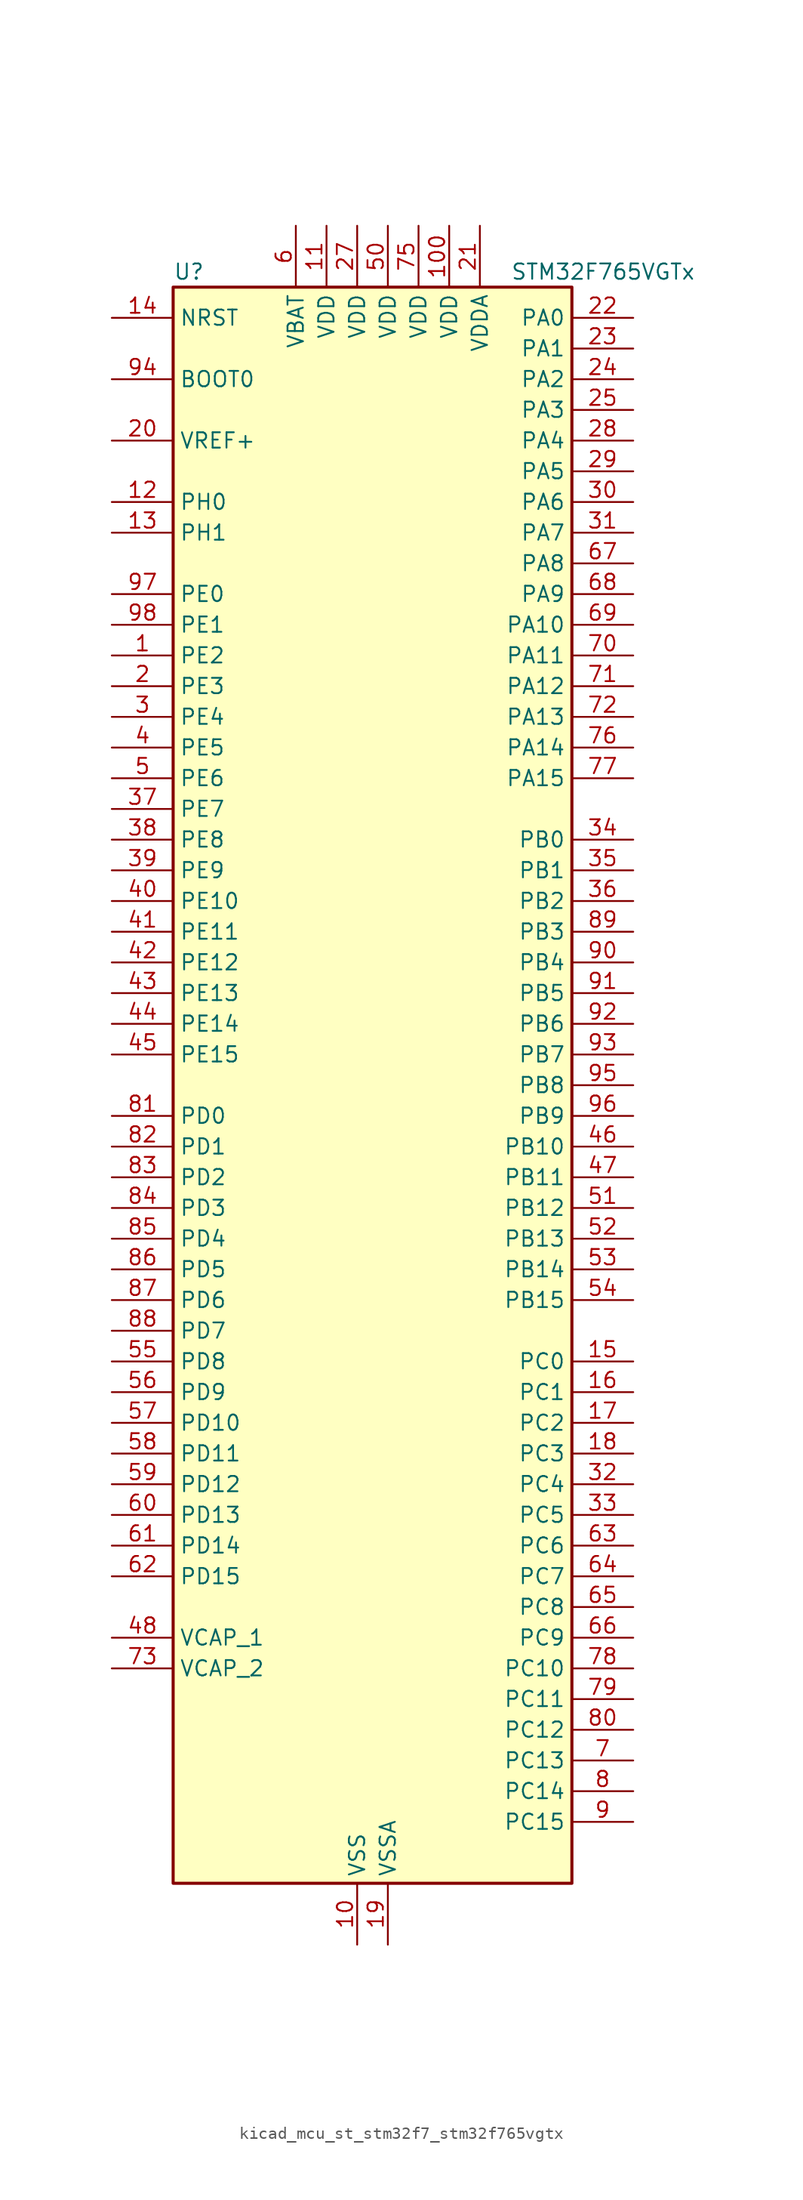
<source format=kicad_sym>
(kicad_symbol_lib
  (version 20220914)
  (generator kicad_symbol_editor)
  (symbol "kicad_mcu_st_stm32f7_stm32f765vgtx"
    (property "Reference" "U"
      (at -15.24 67.31 0)
      (effects (font (size 1.27 1.27)) (justify left)))
    (property "Value" "STM32F765VGTx"
      (at 12.7 67.31 0)
      (effects (font (size 1.27 1.27)) (justify left)))
    (property "ki_locked" ""
      (at 0 0 0)
      (effects (font (size 1.27 1.27))))
    (symbol "kicad_mcu_st_stm32f7_stm32f765vgtx_0_1"
      (rectangle (start -15.24 -66.04) (end 17.78 66.04) (stroke (width 0.254) (type default)) (fill (type background))))
    (symbol "kicad_mcu_st_stm32f7_stm32f765vgtx_1_1"
      (pin bidirectional line (at -20.32 35.56 0) (length 5.08) (name "PE2" (effects (font (size 1.27 1.27)))) (number "1" (effects (font (size 1.27 1.27)))) (alternate "ETH_TXD3" bidirectional line) (alternate "FMC_A23" bidirectional line) (alternate "QUADSPI_BK1_IO2" bidirectional line) (alternate "SAI1_MCLK_A" bidirectional line) (alternate "SPI4_SCK" bidirectional line) (alternate "SYS_TRACECLK" bidirectional line))
      (pin power_in line (at 0 -71.12 90) (length 5.08) (name "VSS" (effects (font (size 1.27 1.27)))) (number "10" (effects (font (size 1.27 1.27)))))
      (pin power_in line (at 7.62 71.12 270) (length 5.08) (name "VDD" (effects (font (size 1.27 1.27)))) (number "100" (effects (font (size 1.27 1.27)))))
      (pin power_in line (at -2.54 71.12 270) (length 5.08) (name "VDD" (effects (font (size 1.27 1.27)))) (number "11" (effects (font (size 1.27 1.27)))))
      (pin bidirectional line (at -20.32 48.26 0) (length 5.08) (name "PH0" (effects (font (size 1.27 1.27)))) (number "12" (effects (font (size 1.27 1.27)))) (alternate "RCC_OSC_IN" bidirectional line))
      (pin bidirectional line (at -20.32 45.72 0) (length 5.08) (name "PH1" (effects (font (size 1.27 1.27)))) (number "13" (effects (font (size 1.27 1.27)))) (alternate "RCC_OSC_OUT" bidirectional line))
      (pin input line (at -20.32 63.5 0) (length 5.08) (name "NRST" (effects (font (size 1.27 1.27)))) (number "14" (effects (font (size 1.27 1.27)))))
      (pin bidirectional line (at 22.86 -22.86 180) (length 5.08) (name "PC0" (effects (font (size 1.27 1.27)))) (number "15" (effects (font (size 1.27 1.27)))) (alternate "ADC1_IN10" bidirectional line) (alternate "ADC2_IN10" bidirectional line) (alternate "ADC3_IN10" bidirectional line) (alternate "DFSDM1_CKIN0" bidirectional line) (alternate "DFSDM1_DATIN4" bidirectional line) (alternate "FMC_SDNWE" bidirectional line) (alternate "SAI2_FS_B" bidirectional line) (alternate "USB_OTG_HS_ULPI_STP" bidirectional line))
      (pin bidirectional line (at 22.86 -25.4 180) (length 5.08) (name "PC1" (effects (font (size 1.27 1.27)))) (number "16" (effects (font (size 1.27 1.27)))) (alternate "ADC1_IN11" bidirectional line) (alternate "ADC2_IN11" bidirectional line) (alternate "ADC3_IN11" bidirectional line) (alternate "DFSDM1_CKIN4" bidirectional line) (alternate "DFSDM1_DATIN0" bidirectional line) (alternate "ETH_MDC" bidirectional line) (alternate "I2S2_SD" bidirectional line) (alternate "MDIOS_MDC" bidirectional line) (alternate "RTC_TAMP3" bidirectional line) (alternate "RTC_TS" bidirectional line) (alternate "SAI1_SD_A" bidirectional line) (alternate "SPI2_MOSI" bidirectional line) (alternate "SYS_TRACED0" bidirectional line) (alternate "SYS_WKUP3" bidirectional line))
      (pin bidirectional line (at 22.86 -27.94 180) (length 5.08) (name "PC2" (effects (font (size 1.27 1.27)))) (number "17" (effects (font (size 1.27 1.27)))) (alternate "ADC1_IN12" bidirectional line) (alternate "ADC2_IN12" bidirectional line) (alternate "ADC3_IN12" bidirectional line) (alternate "DFSDM1_CKIN1" bidirectional line) (alternate "DFSDM1_CKOUT" bidirectional line) (alternate "ETH_TXD2" bidirectional line) (alternate "FMC_SDNE0" bidirectional line) (alternate "SPI2_MISO" bidirectional line) (alternate "USB_OTG_HS_ULPI_DIR" bidirectional line))
      (pin bidirectional line (at 22.86 -30.48 180) (length 5.08) (name "PC3" (effects (font (size 1.27 1.27)))) (number "18" (effects (font (size 1.27 1.27)))) (alternate "ADC1_IN13" bidirectional line) (alternate "ADC2_IN13" bidirectional line) (alternate "ADC3_IN13" bidirectional line) (alternate "DFSDM1_DATIN1" bidirectional line) (alternate "ETH_TX_CLK" bidirectional line) (alternate "FMC_SDCKE0" bidirectional line) (alternate "I2S2_SD" bidirectional line) (alternate "SPI2_MOSI" bidirectional line) (alternate "USB_OTG_HS_ULPI_NXT" bidirectional line))
      (pin power_in line (at 2.54 -71.12 90) (length 5.08) (name "VSSA" (effects (font (size 1.27 1.27)))) (number "19" (effects (font (size 1.27 1.27)))))
      (pin bidirectional line (at -20.32 33.02 0) (length 5.08) (name "PE3" (effects (font (size 1.27 1.27)))) (number "2" (effects (font (size 1.27 1.27)))) (alternate "FMC_A19" bidirectional line) (alternate "SAI1_SD_B" bidirectional line) (alternate "SYS_TRACED0" bidirectional line))
      (pin input line (at -20.32 53.34 0) (length 5.08) (name "VREF+" (effects (font (size 1.27 1.27)))) (number "20" (effects (font (size 1.27 1.27)))))
      (pin power_in line (at 10.16 71.12 270) (length 5.08) (name "VDDA" (effects (font (size 1.27 1.27)))) (number "21" (effects (font (size 1.27 1.27)))))
      (pin bidirectional line (at 22.86 63.5 180) (length 5.08) (name "PA0" (effects (font (size 1.27 1.27)))) (number "22" (effects (font (size 1.27 1.27)))) (alternate "ADC1_IN0" bidirectional line) (alternate "ADC2_IN0" bidirectional line) (alternate "ADC3_IN0" bidirectional line) (alternate "ETH_CRS" bidirectional line) (alternate "SAI2_SD_B" bidirectional line) (alternate "SYS_WKUP1" bidirectional line) (alternate "TIM2_CH1" bidirectional line) (alternate "TIM2_ETR" bidirectional line) (alternate "TIM5_CH1" bidirectional line) (alternate "TIM8_ETR" bidirectional line) (alternate "UART4_TX" bidirectional line) (alternate "USART2_CTS" bidirectional line))
      (pin bidirectional line (at 22.86 60.96 180) (length 5.08) (name "PA1" (effects (font (size 1.27 1.27)))) (number "23" (effects (font (size 1.27 1.27)))) (alternate "ADC1_IN1" bidirectional line) (alternate "ADC2_IN1" bidirectional line) (alternate "ADC3_IN1" bidirectional line) (alternate "ETH_REF_CLK" bidirectional line) (alternate "ETH_RX_CLK" bidirectional line) (alternate "QUADSPI_BK1_IO3" bidirectional line) (alternate "SAI2_MCLK_B" bidirectional line) (alternate "TIM2_CH2" bidirectional line) (alternate "TIM5_CH2" bidirectional line) (alternate "UART4_RX" bidirectional line) (alternate "USART2_DE" bidirectional line) (alternate "USART2_RTS" bidirectional line))
      (pin bidirectional line (at 22.86 58.42 180) (length 5.08) (name "PA2" (effects (font (size 1.27 1.27)))) (number "24" (effects (font (size 1.27 1.27)))) (alternate "ADC1_IN2" bidirectional line) (alternate "ADC2_IN2" bidirectional line) (alternate "ADC3_IN2" bidirectional line) (alternate "ETH_MDIO" bidirectional line) (alternate "MDIOS_MDIO" bidirectional line) (alternate "SAI2_SCK_B" bidirectional line) (alternate "SYS_WKUP2" bidirectional line) (alternate "TIM2_CH3" bidirectional line) (alternate "TIM5_CH3" bidirectional line) (alternate "TIM9_CH1" bidirectional line) (alternate "USART2_TX" bidirectional line))
      (pin bidirectional line (at 22.86 55.88 180) (length 5.08) (name "PA3" (effects (font (size 1.27 1.27)))) (number "25" (effects (font (size 1.27 1.27)))) (alternate "ADC1_IN3" bidirectional line) (alternate "ADC2_IN3" bidirectional line) (alternate "ADC3_IN3" bidirectional line) (alternate "ETH_COL" bidirectional line) (alternate "TIM2_CH4" bidirectional line) (alternate "TIM5_CH4" bidirectional line) (alternate "TIM9_CH2" bidirectional line) (alternate "USART2_RX" bidirectional line) (alternate "USB_OTG_HS_ULPI_D0" bidirectional line))
      (pin passive line (at 0 -71.12 90) (length 5.08) hide (name "VSS" (effects (font (size 1.27 1.27)))) (number "26" (effects (font (size 1.27 1.27)))))
      (pin power_in line (at 0 71.12 270) (length 5.08) (name "VDD" (effects (font (size 1.27 1.27)))) (number "27" (effects (font (size 1.27 1.27)))))
      (pin bidirectional line (at 22.86 53.34 180) (length 5.08) (name "PA4" (effects (font (size 1.27 1.27)))) (number "28" (effects (font (size 1.27 1.27)))) (alternate "ADC1_IN4" bidirectional line) (alternate "ADC2_IN4" bidirectional line) (alternate "DAC_OUT1" bidirectional line) (alternate "DCMI_HSYNC" bidirectional line) (alternate "I2S1_WS" bidirectional line) (alternate "I2S3_WS" bidirectional line) (alternate "SPI1_NSS" bidirectional line) (alternate "SPI3_NSS" bidirectional line) (alternate "SPI6_NSS" bidirectional line) (alternate "USART2_CK" bidirectional line) (alternate "USB_OTG_HS_SOF" bidirectional line))
      (pin bidirectional line (at 22.86 50.8 180) (length 5.08) (name "PA5" (effects (font (size 1.27 1.27)))) (number "29" (effects (font (size 1.27 1.27)))) (alternate "ADC1_IN5" bidirectional line) (alternate "ADC2_IN5" bidirectional line) (alternate "DAC_OUT2" bidirectional line) (alternate "I2S1_CK" bidirectional line) (alternate "SPI1_SCK" bidirectional line) (alternate "SPI6_SCK" bidirectional line) (alternate "TIM2_CH1" bidirectional line) (alternate "TIM2_ETR" bidirectional line) (alternate "TIM8_CH1N" bidirectional line) (alternate "USB_OTG_HS_ULPI_CK" bidirectional line))
      (pin bidirectional line (at -20.32 30.48 0) (length 5.08) (name "PE4" (effects (font (size 1.27 1.27)))) (number "3" (effects (font (size 1.27 1.27)))) (alternate "DCMI_D4" bidirectional line) (alternate "DFSDM1_DATIN3" bidirectional line) (alternate "FMC_A20" bidirectional line) (alternate "SAI1_FS_A" bidirectional line) (alternate "SPI4_NSS" bidirectional line) (alternate "SYS_TRACED1" bidirectional line))
      (pin bidirectional line (at 22.86 48.26 180) (length 5.08) (name "PA6" (effects (font (size 1.27 1.27)))) (number "30" (effects (font (size 1.27 1.27)))) (alternate "ADC1_IN6" bidirectional line) (alternate "ADC2_IN6" bidirectional line) (alternate "DCMI_PIXCLK" bidirectional line) (alternate "MDIOS_MDC" bidirectional line) (alternate "SPI1_MISO" bidirectional line) (alternate "SPI6_MISO" bidirectional line) (alternate "TIM13_CH1" bidirectional line) (alternate "TIM1_BKIN" bidirectional line) (alternate "TIM3_CH1" bidirectional line) (alternate "TIM8_BKIN" bidirectional line))
      (pin bidirectional line (at 22.86 45.72 180) (length 5.08) (name "PA7" (effects (font (size 1.27 1.27)))) (number "31" (effects (font (size 1.27 1.27)))) (alternate "ADC1_IN7" bidirectional line) (alternate "ADC2_IN7" bidirectional line) (alternate "ETH_CRS_DV" bidirectional line) (alternate "ETH_RX_DV" bidirectional line) (alternate "FMC_SDNWE" bidirectional line) (alternate "I2S1_SD" bidirectional line) (alternate "SPI1_MOSI" bidirectional line) (alternate "SPI6_MOSI" bidirectional line) (alternate "TIM14_CH1" bidirectional line) (alternate "TIM1_CH1N" bidirectional line) (alternate "TIM3_CH2" bidirectional line) (alternate "TIM8_CH1N" bidirectional line))
      (pin bidirectional line (at 22.86 -33.02 180) (length 5.08) (name "PC4" (effects (font (size 1.27 1.27)))) (number "32" (effects (font (size 1.27 1.27)))) (alternate "ADC1_IN14" bidirectional line) (alternate "ADC2_IN14" bidirectional line) (alternate "DFSDM1_CKIN2" bidirectional line) (alternate "ETH_RXD0" bidirectional line) (alternate "FMC_SDNE0" bidirectional line) (alternate "I2S1_MCK" bidirectional line) (alternate "SPDIFRX_IN2" bidirectional line))
      (pin bidirectional line (at 22.86 -35.56 180) (length 5.08) (name "PC5" (effects (font (size 1.27 1.27)))) (number "33" (effects (font (size 1.27 1.27)))) (alternate "ADC1_IN15" bidirectional line) (alternate "ADC2_IN15" bidirectional line) (alternate "DFSDM1_DATIN2" bidirectional line) (alternate "ETH_RXD1" bidirectional line) (alternate "FMC_SDCKE0" bidirectional line) (alternate "SPDIFRX_IN3" bidirectional line))
      (pin bidirectional line (at 22.86 20.32 180) (length 5.08) (name "PB0" (effects (font (size 1.27 1.27)))) (number "34" (effects (font (size 1.27 1.27)))) (alternate "ADC1_IN8" bidirectional line) (alternate "ADC2_IN8" bidirectional line) (alternate "DFSDM1_CKOUT" bidirectional line) (alternate "ETH_RXD2" bidirectional line) (alternate "TIM1_CH2N" bidirectional line) (alternate "TIM3_CH3" bidirectional line) (alternate "TIM8_CH2N" bidirectional line) (alternate "UART4_CTS" bidirectional line) (alternate "USB_OTG_HS_ULPI_D1" bidirectional line))
      (pin bidirectional line (at 22.86 17.78 180) (length 5.08) (name "PB1" (effects (font (size 1.27 1.27)))) (number "35" (effects (font (size 1.27 1.27)))) (alternate "ADC1_IN9" bidirectional line) (alternate "ADC2_IN9" bidirectional line) (alternate "DFSDM1_DATIN1" bidirectional line) (alternate "ETH_RXD3" bidirectional line) (alternate "TIM1_CH3N" bidirectional line) (alternate "TIM3_CH4" bidirectional line) (alternate "TIM8_CH3N" bidirectional line) (alternate "USB_OTG_HS_ULPI_D2" bidirectional line))
      (pin bidirectional line (at 22.86 15.24 180) (length 5.08) (name "PB2" (effects (font (size 1.27 1.27)))) (number "36" (effects (font (size 1.27 1.27)))) (alternate "DFSDM1_CKIN1" bidirectional line) (alternate "I2S3_SD" bidirectional line) (alternate "QUADSPI_CLK" bidirectional line) (alternate "SAI1_SD_A" bidirectional line) (alternate "SPI3_MOSI" bidirectional line))
      (pin bidirectional line (at -20.32 22.86 0) (length 5.08) (name "PE7" (effects (font (size 1.27 1.27)))) (number "37" (effects (font (size 1.27 1.27)))) (alternate "DFSDM1_DATIN2" bidirectional line) (alternate "FMC_D4" bidirectional line) (alternate "FMC_DA4" bidirectional line) (alternate "QUADSPI_BK2_IO0" bidirectional line) (alternate "TIM1_ETR" bidirectional line) (alternate "UART7_RX" bidirectional line))
      (pin bidirectional line (at -20.32 20.32 0) (length 5.08) (name "PE8" (effects (font (size 1.27 1.27)))) (number "38" (effects (font (size 1.27 1.27)))) (alternate "DFSDM1_CKIN2" bidirectional line) (alternate "FMC_D5" bidirectional line) (alternate "FMC_DA5" bidirectional line) (alternate "QUADSPI_BK2_IO1" bidirectional line) (alternate "TIM1_CH1N" bidirectional line) (alternate "UART7_TX" bidirectional line))
      (pin bidirectional line (at -20.32 17.78 0) (length 5.08) (name "PE9" (effects (font (size 1.27 1.27)))) (number "39" (effects (font (size 1.27 1.27)))) (alternate "DAC_EXTI9" bidirectional line) (alternate "DFSDM1_CKOUT" bidirectional line) (alternate "FMC_D6" bidirectional line) (alternate "FMC_DA6" bidirectional line) (alternate "QUADSPI_BK2_IO2" bidirectional line) (alternate "TIM1_CH1" bidirectional line) (alternate "UART7_DE" bidirectional line) (alternate "UART7_RTS" bidirectional line))
      (pin bidirectional line (at -20.32 27.94 0) (length 5.08) (name "PE5" (effects (font (size 1.27 1.27)))) (number "4" (effects (font (size 1.27 1.27)))) (alternate "DCMI_D6" bidirectional line) (alternate "DFSDM1_CKIN3" bidirectional line) (alternate "FMC_A21" bidirectional line) (alternate "SAI1_SCK_A" bidirectional line) (alternate "SPI4_MISO" bidirectional line) (alternate "SYS_TRACED2" bidirectional line) (alternate "TIM9_CH1" bidirectional line))
      (pin bidirectional line (at -20.32 15.24 0) (length 5.08) (name "PE10" (effects (font (size 1.27 1.27)))) (number "40" (effects (font (size 1.27 1.27)))) (alternate "DFSDM1_DATIN4" bidirectional line) (alternate "FMC_D7" bidirectional line) (alternate "FMC_DA7" bidirectional line) (alternate "QUADSPI_BK2_IO3" bidirectional line) (alternate "TIM1_CH2N" bidirectional line) (alternate "UART7_CTS" bidirectional line))
      (pin bidirectional line (at -20.32 12.7 0) (length 5.08) (name "PE11" (effects (font (size 1.27 1.27)))) (number "41" (effects (font (size 1.27 1.27)))) (alternate "ADC1_EXTI11" bidirectional line) (alternate "ADC2_EXTI11" bidirectional line) (alternate "ADC3_EXTI11" bidirectional line) (alternate "DFSDM1_CKIN4" bidirectional line) (alternate "FMC_D8" bidirectional line) (alternate "FMC_DA8" bidirectional line) (alternate "SAI2_SD_B" bidirectional line) (alternate "SPI4_NSS" bidirectional line) (alternate "TIM1_CH2" bidirectional line))
      (pin bidirectional line (at -20.32 10.16 0) (length 5.08) (name "PE12" (effects (font (size 1.27 1.27)))) (number "42" (effects (font (size 1.27 1.27)))) (alternate "DFSDM1_DATIN5" bidirectional line) (alternate "FMC_D9" bidirectional line) (alternate "FMC_DA9" bidirectional line) (alternate "SAI2_SCK_B" bidirectional line) (alternate "SPI4_SCK" bidirectional line) (alternate "TIM1_CH3N" bidirectional line))
      (pin bidirectional line (at -20.32 7.62 0) (length 5.08) (name "PE13" (effects (font (size 1.27 1.27)))) (number "43" (effects (font (size 1.27 1.27)))) (alternate "DFSDM1_CKIN5" bidirectional line) (alternate "FMC_D10" bidirectional line) (alternate "FMC_DA10" bidirectional line) (alternate "SAI2_FS_B" bidirectional line) (alternate "SPI4_MISO" bidirectional line) (alternate "TIM1_CH3" bidirectional line))
      (pin bidirectional line (at -20.32 5.08 0) (length 5.08) (name "PE14" (effects (font (size 1.27 1.27)))) (number "44" (effects (font (size 1.27 1.27)))) (alternate "FMC_D11" bidirectional line) (alternate "FMC_DA11" bidirectional line) (alternate "SAI2_MCLK_B" bidirectional line) (alternate "SPI4_MOSI" bidirectional line) (alternate "TIM1_CH4" bidirectional line))
      (pin bidirectional line (at -20.32 2.54 0) (length 5.08) (name "PE15" (effects (font (size 1.27 1.27)))) (number "45" (effects (font (size 1.27 1.27)))) (alternate "FMC_D12" bidirectional line) (alternate "FMC_DA12" bidirectional line) (alternate "TIM1_BKIN" bidirectional line))
      (pin bidirectional line (at 22.86 -5.08 180) (length 5.08) (name "PB10" (effects (font (size 1.27 1.27)))) (number "46" (effects (font (size 1.27 1.27)))) (alternate "DFSDM1_DATIN7" bidirectional line) (alternate "ETH_RX_ER" bidirectional line) (alternate "I2C2_SCL" bidirectional line) (alternate "I2S2_CK" bidirectional line) (alternate "QUADSPI_BK1_NCS" bidirectional line) (alternate "SPI2_SCK" bidirectional line) (alternate "TIM2_CH3" bidirectional line) (alternate "USART3_TX" bidirectional line) (alternate "USB_OTG_HS_ULPI_D3" bidirectional line))
      (pin bidirectional line (at 22.86 -7.62 180) (length 5.08) (name "PB11" (effects (font (size 1.27 1.27)))) (number "47" (effects (font (size 1.27 1.27)))) (alternate "ADC1_EXTI11" bidirectional line) (alternate "ADC2_EXTI11" bidirectional line) (alternate "ADC3_EXTI11" bidirectional line) (alternate "DFSDM1_CKIN7" bidirectional line) (alternate "ETH_TX_EN" bidirectional line) (alternate "I2C2_SDA" bidirectional line) (alternate "TIM2_CH4" bidirectional line) (alternate "USART3_RX" bidirectional line) (alternate "USB_OTG_HS_ULPI_D4" bidirectional line))
      (pin power_out line (at -20.32 -45.72 0) (length 5.08) (name "VCAP_1" (effects (font (size 1.27 1.27)))) (number "48" (effects (font (size 1.27 1.27)))))
      (pin passive line (at 0 -71.12 90) (length 5.08) hide (name "VSS" (effects (font (size 1.27 1.27)))) (number "49" (effects (font (size 1.27 1.27)))))
      (pin bidirectional line (at -20.32 25.4 0) (length 5.08) (name "PE6" (effects (font (size 1.27 1.27)))) (number "5" (effects (font (size 1.27 1.27)))) (alternate "DCMI_D7" bidirectional line) (alternate "FMC_A22" bidirectional line) (alternate "SAI1_SD_A" bidirectional line) (alternate "SAI2_MCLK_B" bidirectional line) (alternate "SPI4_MOSI" bidirectional line) (alternate "SYS_TRACED3" bidirectional line) (alternate "TIM1_BKIN2" bidirectional line) (alternate "TIM9_CH2" bidirectional line))
      (pin power_in line (at 2.54 71.12 270) (length 5.08) (name "VDD" (effects (font (size 1.27 1.27)))) (number "50" (effects (font (size 1.27 1.27)))))
      (pin bidirectional line (at 22.86 -10.16 180) (length 5.08) (name "PB12" (effects (font (size 1.27 1.27)))) (number "51" (effects (font (size 1.27 1.27)))) (alternate "CAN2_RX" bidirectional line) (alternate "DFSDM1_DATIN1" bidirectional line) (alternate "ETH_TXD0" bidirectional line) (alternate "I2C2_SMBA" bidirectional line) (alternate "I2S2_WS" bidirectional line) (alternate "SPI2_NSS" bidirectional line) (alternate "TIM1_BKIN" bidirectional line) (alternate "UART5_RX" bidirectional line) (alternate "USART3_CK" bidirectional line) (alternate "USB_OTG_HS_ID" bidirectional line) (alternate "USB_OTG_HS_ULPI_D5" bidirectional line))
      (pin bidirectional line (at 22.86 -12.7 180) (length 5.08) (name "PB13" (effects (font (size 1.27 1.27)))) (number "52" (effects (font (size 1.27 1.27)))) (alternate "CAN2_TX" bidirectional line) (alternate "DFSDM1_CKIN1" bidirectional line) (alternate "ETH_TXD1" bidirectional line) (alternate "I2S2_CK" bidirectional line) (alternate "SPI2_SCK" bidirectional line) (alternate "TIM1_CH1N" bidirectional line) (alternate "UART5_TX" bidirectional line) (alternate "USART3_CTS" bidirectional line) (alternate "USB_OTG_HS_ULPI_D6" bidirectional line) (alternate "USB_OTG_HS_VBUS" bidirectional line))
      (pin bidirectional line (at 22.86 -15.24 180) (length 5.08) (name "PB14" (effects (font (size 1.27 1.27)))) (number "53" (effects (font (size 1.27 1.27)))) (alternate "DFSDM1_DATIN2" bidirectional line) (alternate "SDMMC2_D0" bidirectional line) (alternate "SPI2_MISO" bidirectional line) (alternate "TIM12_CH1" bidirectional line) (alternate "TIM1_CH2N" bidirectional line) (alternate "TIM8_CH2N" bidirectional line) (alternate "UART4_DE" bidirectional line) (alternate "UART4_RTS" bidirectional line) (alternate "USART1_TX" bidirectional line) (alternate "USART3_DE" bidirectional line) (alternate "USART3_RTS" bidirectional line) (alternate "USB_OTG_HS_DM" bidirectional line))
      (pin bidirectional line (at 22.86 -17.78 180) (length 5.08) (name "PB15" (effects (font (size 1.27 1.27)))) (number "54" (effects (font (size 1.27 1.27)))) (alternate "DFSDM1_CKIN2" bidirectional line) (alternate "I2S2_SD" bidirectional line) (alternate "RTC_REFIN" bidirectional line) (alternate "SDMMC2_D1" bidirectional line) (alternate "SPI2_MOSI" bidirectional line) (alternate "TIM12_CH2" bidirectional line) (alternate "TIM1_CH3N" bidirectional line) (alternate "TIM8_CH3N" bidirectional line) (alternate "UART4_CTS" bidirectional line) (alternate "USART1_RX" bidirectional line) (alternate "USB_OTG_HS_DP" bidirectional line))
      (pin bidirectional line (at -20.32 -22.86 0) (length 5.08) (name "PD8" (effects (font (size 1.27 1.27)))) (number "55" (effects (font (size 1.27 1.27)))) (alternate "DFSDM1_CKIN3" bidirectional line) (alternate "FMC_D13" bidirectional line) (alternate "FMC_DA13" bidirectional line) (alternate "SPDIFRX_IN1" bidirectional line) (alternate "USART3_TX" bidirectional line))
      (pin bidirectional line (at -20.32 -25.4 0) (length 5.08) (name "PD9" (effects (font (size 1.27 1.27)))) (number "56" (effects (font (size 1.27 1.27)))) (alternate "DAC_EXTI9" bidirectional line) (alternate "DFSDM1_DATIN3" bidirectional line) (alternate "FMC_D14" bidirectional line) (alternate "FMC_DA14" bidirectional line) (alternate "USART3_RX" bidirectional line))
      (pin bidirectional line (at -20.32 -27.94 0) (length 5.08) (name "PD10" (effects (font (size 1.27 1.27)))) (number "57" (effects (font (size 1.27 1.27)))) (alternate "DFSDM1_CKOUT" bidirectional line) (alternate "FMC_D15" bidirectional line) (alternate "FMC_DA15" bidirectional line) (alternate "USART3_CK" bidirectional line))
      (pin bidirectional line (at -20.32 -30.48 0) (length 5.08) (name "PD11" (effects (font (size 1.27 1.27)))) (number "58" (effects (font (size 1.27 1.27)))) (alternate "ADC1_EXTI11" bidirectional line) (alternate "ADC2_EXTI11" bidirectional line) (alternate "ADC3_EXTI11" bidirectional line) (alternate "FMC_A16" bidirectional line) (alternate "FMC_CLE" bidirectional line) (alternate "I2C4_SMBA" bidirectional line) (alternate "QUADSPI_BK1_IO0" bidirectional line) (alternate "SAI2_SD_A" bidirectional line) (alternate "USART3_CTS" bidirectional line))
      (pin bidirectional line (at -20.32 -33.02 0) (length 5.08) (name "PD12" (effects (font (size 1.27 1.27)))) (number "59" (effects (font (size 1.27 1.27)))) (alternate "FMC_A17" bidirectional line) (alternate "FMC_ALE" bidirectional line) (alternate "I2C4_SCL" bidirectional line) (alternate "LPTIM1_IN1" bidirectional line) (alternate "QUADSPI_BK1_IO1" bidirectional line) (alternate "SAI2_FS_A" bidirectional line) (alternate "TIM4_CH1" bidirectional line) (alternate "USART3_DE" bidirectional line) (alternate "USART3_RTS" bidirectional line))
      (pin power_in line (at -5.08 71.12 270) (length 5.08) (name "VBAT" (effects (font (size 1.27 1.27)))) (number "6" (effects (font (size 1.27 1.27)))))
      (pin bidirectional line (at -20.32 -35.56 0) (length 5.08) (name "PD13" (effects (font (size 1.27 1.27)))) (number "60" (effects (font (size 1.27 1.27)))) (alternate "FMC_A18" bidirectional line) (alternate "I2C4_SDA" bidirectional line) (alternate "LPTIM1_OUT" bidirectional line) (alternate "QUADSPI_BK1_IO3" bidirectional line) (alternate "SAI2_SCK_A" bidirectional line) (alternate "TIM4_CH2" bidirectional line))
      (pin bidirectional line (at -20.32 -38.1 0) (length 5.08) (name "PD14" (effects (font (size 1.27 1.27)))) (number "61" (effects (font (size 1.27 1.27)))) (alternate "FMC_D0" bidirectional line) (alternate "FMC_DA0" bidirectional line) (alternate "TIM4_CH3" bidirectional line) (alternate "UART8_CTS" bidirectional line))
      (pin bidirectional line (at -20.32 -40.64 0) (length 5.08) (name "PD15" (effects (font (size 1.27 1.27)))) (number "62" (effects (font (size 1.27 1.27)))) (alternate "FMC_D1" bidirectional line) (alternate "FMC_DA1" bidirectional line) (alternate "TIM4_CH4" bidirectional line) (alternate "UART8_DE" bidirectional line) (alternate "UART8_RTS" bidirectional line))
      (pin bidirectional line (at 22.86 -38.1 180) (length 5.08) (name "PC6" (effects (font (size 1.27 1.27)))) (number "63" (effects (font (size 1.27 1.27)))) (alternate "DCMI_D0" bidirectional line) (alternate "DFSDM1_CKIN3" bidirectional line) (alternate "FMC_NWAIT" bidirectional line) (alternate "I2S2_MCK" bidirectional line) (alternate "SDMMC1_D6" bidirectional line) (alternate "SDMMC2_D6" bidirectional line) (alternate "TIM3_CH1" bidirectional line) (alternate "TIM8_CH1" bidirectional line) (alternate "USART6_TX" bidirectional line))
      (pin bidirectional line (at 22.86 -40.64 180) (length 5.08) (name "PC7" (effects (font (size 1.27 1.27)))) (number "64" (effects (font (size 1.27 1.27)))) (alternate "DCMI_D1" bidirectional line) (alternate "DFSDM1_DATIN3" bidirectional line) (alternate "FMC_NE1" bidirectional line) (alternate "I2S3_MCK" bidirectional line) (alternate "SDMMC1_D7" bidirectional line) (alternate "SDMMC2_D7" bidirectional line) (alternate "TIM3_CH2" bidirectional line) (alternate "TIM8_CH2" bidirectional line) (alternate "USART6_RX" bidirectional line))
      (pin bidirectional line (at 22.86 -43.18 180) (length 5.08) (name "PC8" (effects (font (size 1.27 1.27)))) (number "65" (effects (font (size 1.27 1.27)))) (alternate "DCMI_D2" bidirectional line) (alternate "FMC_NCE" bidirectional line) (alternate "FMC_NE2" bidirectional line) (alternate "SDMMC1_D0" bidirectional line) (alternate "SYS_TRACED1" bidirectional line) (alternate "TIM3_CH3" bidirectional line) (alternate "TIM8_CH3" bidirectional line) (alternate "UART5_DE" bidirectional line) (alternate "UART5_RTS" bidirectional line) (alternate "USART6_CK" bidirectional line))
      (pin bidirectional line (at 22.86 -45.72 180) (length 5.08) (name "PC9" (effects (font (size 1.27 1.27)))) (number "66" (effects (font (size 1.27 1.27)))) (alternate "DAC_EXTI9" bidirectional line) (alternate "DCMI_D3" bidirectional line) (alternate "I2C3_SDA" bidirectional line) (alternate "I2S_CKIN" bidirectional line) (alternate "QUADSPI_BK1_IO0" bidirectional line) (alternate "RCC_MCO_2" bidirectional line) (alternate "SDMMC1_D1" bidirectional line) (alternate "TIM3_CH4" bidirectional line) (alternate "TIM8_CH4" bidirectional line) (alternate "UART5_CTS" bidirectional line))
      (pin bidirectional line (at 22.86 43.18 180) (length 5.08) (name "PA8" (effects (font (size 1.27 1.27)))) (number "67" (effects (font (size 1.27 1.27)))) (alternate "CAN3_RX" bidirectional line) (alternate "I2C3_SCL" bidirectional line) (alternate "RCC_MCO_1" bidirectional line) (alternate "TIM1_CH1" bidirectional line) (alternate "TIM8_BKIN2" bidirectional line) (alternate "UART7_RX" bidirectional line) (alternate "USART1_CK" bidirectional line) (alternate "USB_OTG_FS_SOF" bidirectional line))
      (pin bidirectional line (at 22.86 40.64 180) (length 5.08) (name "PA9" (effects (font (size 1.27 1.27)))) (number "68" (effects (font (size 1.27 1.27)))) (alternate "DAC_EXTI9" bidirectional line) (alternate "DCMI_D0" bidirectional line) (alternate "I2C3_SMBA" bidirectional line) (alternate "I2S2_CK" bidirectional line) (alternate "SPI2_SCK" bidirectional line) (alternate "TIM1_CH2" bidirectional line) (alternate "USART1_TX" bidirectional line) (alternate "USB_OTG_FS_VBUS" bidirectional line))
      (pin bidirectional line (at 22.86 38.1 180) (length 5.08) (name "PA10" (effects (font (size 1.27 1.27)))) (number "69" (effects (font (size 1.27 1.27)))) (alternate "DCMI_D1" bidirectional line) (alternate "MDIOS_MDIO" bidirectional line) (alternate "TIM1_CH3" bidirectional line) (alternate "USART1_RX" bidirectional line) (alternate "USB_OTG_FS_ID" bidirectional line))
      (pin bidirectional line (at 22.86 -55.88 180) (length 5.08) (name "PC13" (effects (font (size 1.27 1.27)))) (number "7" (effects (font (size 1.27 1.27)))) (alternate "RTC_OUT" bidirectional line) (alternate "RTC_TAMP1" bidirectional line) (alternate "RTC_TS" bidirectional line) (alternate "SYS_WKUP4" bidirectional line))
      (pin bidirectional line (at 22.86 35.56 180) (length 5.08) (name "PA11" (effects (font (size 1.27 1.27)))) (number "70" (effects (font (size 1.27 1.27)))) (alternate "ADC1_EXTI11" bidirectional line) (alternate "ADC2_EXTI11" bidirectional line) (alternate "ADC3_EXTI11" bidirectional line) (alternate "CAN1_RX" bidirectional line) (alternate "I2S2_WS" bidirectional line) (alternate "SPI2_NSS" bidirectional line) (alternate "TIM1_CH4" bidirectional line) (alternate "UART4_RX" bidirectional line) (alternate "USART1_CTS" bidirectional line) (alternate "USB_OTG_FS_DM" bidirectional line))
      (pin bidirectional line (at 22.86 33.02 180) (length 5.08) (name "PA12" (effects (font (size 1.27 1.27)))) (number "71" (effects (font (size 1.27 1.27)))) (alternate "CAN1_TX" bidirectional line) (alternate "I2S2_CK" bidirectional line) (alternate "SAI2_FS_B" bidirectional line) (alternate "SPI2_SCK" bidirectional line) (alternate "TIM1_ETR" bidirectional line) (alternate "UART4_TX" bidirectional line) (alternate "USART1_DE" bidirectional line) (alternate "USART1_RTS" bidirectional line) (alternate "USB_OTG_FS_DP" bidirectional line))
      (pin bidirectional line (at 22.86 30.48 180) (length 5.08) (name "PA13" (effects (font (size 1.27 1.27)))) (number "72" (effects (font (size 1.27 1.27)))) (alternate "SYS_JTMS-SWDIO" bidirectional line))
      (pin power_out line (at -20.32 -48.26 0) (length 5.08) (name "VCAP_2" (effects (font (size 1.27 1.27)))) (number "73" (effects (font (size 1.27 1.27)))))
      (pin passive line (at 0 -71.12 90) (length 5.08) hide (name "VSS" (effects (font (size 1.27 1.27)))) (number "74" (effects (font (size 1.27 1.27)))))
      (pin power_in line (at 5.08 71.12 270) (length 5.08) (name "VDD" (effects (font (size 1.27 1.27)))) (number "75" (effects (font (size 1.27 1.27)))))
      (pin bidirectional line (at 22.86 27.94 180) (length 5.08) (name "PA14" (effects (font (size 1.27 1.27)))) (number "76" (effects (font (size 1.27 1.27)))) (alternate "SYS_JTCK-SWCLK" bidirectional line))
      (pin bidirectional line (at 22.86 25.4 180) (length 5.08) (name "PA15" (effects (font (size 1.27 1.27)))) (number "77" (effects (font (size 1.27 1.27)))) (alternate "CAN3_TX" bidirectional line) (alternate "CEC" bidirectional line) (alternate "I2S1_WS" bidirectional line) (alternate "I2S3_WS" bidirectional line) (alternate "SPI1_NSS" bidirectional line) (alternate "SPI3_NSS" bidirectional line) (alternate "SPI6_NSS" bidirectional line) (alternate "SYS_JTDI" bidirectional line) (alternate "TIM2_CH1" bidirectional line) (alternate "TIM2_ETR" bidirectional line) (alternate "UART4_DE" bidirectional line) (alternate "UART4_RTS" bidirectional line) (alternate "UART7_TX" bidirectional line))
      (pin bidirectional line (at 22.86 -48.26 180) (length 5.08) (name "PC10" (effects (font (size 1.27 1.27)))) (number "78" (effects (font (size 1.27 1.27)))) (alternate "DCMI_D8" bidirectional line) (alternate "DFSDM1_CKIN5" bidirectional line) (alternate "I2S3_CK" bidirectional line) (alternate "QUADSPI_BK1_IO1" bidirectional line) (alternate "SDMMC1_D2" bidirectional line) (alternate "SPI3_SCK" bidirectional line) (alternate "UART4_TX" bidirectional line) (alternate "USART3_TX" bidirectional line))
      (pin bidirectional line (at 22.86 -50.8 180) (length 5.08) (name "PC11" (effects (font (size 1.27 1.27)))) (number "79" (effects (font (size 1.27 1.27)))) (alternate "ADC1_EXTI11" bidirectional line) (alternate "ADC2_EXTI11" bidirectional line) (alternate "ADC3_EXTI11" bidirectional line) (alternate "DCMI_D4" bidirectional line) (alternate "DFSDM1_DATIN5" bidirectional line) (alternate "QUADSPI_BK2_NCS" bidirectional line) (alternate "SDMMC1_D3" bidirectional line) (alternate "SPI3_MISO" bidirectional line) (alternate "UART4_RX" bidirectional line) (alternate "USART3_RX" bidirectional line))
      (pin bidirectional line (at 22.86 -58.42 180) (length 5.08) (name "PC14" (effects (font (size 1.27 1.27)))) (number "8" (effects (font (size 1.27 1.27)))) (alternate "RCC_OSC32_IN" bidirectional line))
      (pin bidirectional line (at 22.86 -53.34 180) (length 5.08) (name "PC12" (effects (font (size 1.27 1.27)))) (number "80" (effects (font (size 1.27 1.27)))) (alternate "DCMI_D9" bidirectional line) (alternate "I2S3_SD" bidirectional line) (alternate "SDMMC1_CK" bidirectional line) (alternate "SPI3_MOSI" bidirectional line) (alternate "SYS_TRACED3" bidirectional line) (alternate "UART5_TX" bidirectional line) (alternate "USART3_CK" bidirectional line))
      (pin bidirectional line (at -20.32 -2.54 0) (length 5.08) (name "PD0" (effects (font (size 1.27 1.27)))) (number "81" (effects (font (size 1.27 1.27)))) (alternate "CAN1_RX" bidirectional line) (alternate "DFSDM1_CKIN6" bidirectional line) (alternate "DFSDM1_DATIN7" bidirectional line) (alternate "FMC_D2" bidirectional line) (alternate "FMC_DA2" bidirectional line) (alternate "UART4_RX" bidirectional line))
      (pin bidirectional line (at -20.32 -5.08 0) (length 5.08) (name "PD1" (effects (font (size 1.27 1.27)))) (number "82" (effects (font (size 1.27 1.27)))) (alternate "CAN1_TX" bidirectional line) (alternate "DFSDM1_CKIN7" bidirectional line) (alternate "DFSDM1_DATIN6" bidirectional line) (alternate "FMC_D3" bidirectional line) (alternate "FMC_DA3" bidirectional line) (alternate "UART4_TX" bidirectional line))
      (pin bidirectional line (at -20.32 -7.62 0) (length 5.08) (name "PD2" (effects (font (size 1.27 1.27)))) (number "83" (effects (font (size 1.27 1.27)))) (alternate "DCMI_D11" bidirectional line) (alternate "SDMMC1_CMD" bidirectional line) (alternate "SYS_TRACED2" bidirectional line) (alternate "TIM3_ETR" bidirectional line) (alternate "UART5_RX" bidirectional line))
      (pin bidirectional line (at -20.32 -10.16 0) (length 5.08) (name "PD3" (effects (font (size 1.27 1.27)))) (number "84" (effects (font (size 1.27 1.27)))) (alternate "DCMI_D5" bidirectional line) (alternate "DFSDM1_CKOUT" bidirectional line) (alternate "DFSDM1_DATIN0" bidirectional line) (alternate "FMC_CLK" bidirectional line) (alternate "I2S2_CK" bidirectional line) (alternate "SPI2_SCK" bidirectional line) (alternate "USART2_CTS" bidirectional line))
      (pin bidirectional line (at -20.32 -12.7 0) (length 5.08) (name "PD4" (effects (font (size 1.27 1.27)))) (number "85" (effects (font (size 1.27 1.27)))) (alternate "DFSDM1_CKIN0" bidirectional line) (alternate "FMC_NOE" bidirectional line) (alternate "USART2_DE" bidirectional line) (alternate "USART2_RTS" bidirectional line))
      (pin bidirectional line (at -20.32 -15.24 0) (length 5.08) (name "PD5" (effects (font (size 1.27 1.27)))) (number "86" (effects (font (size 1.27 1.27)))) (alternate "FMC_NWE" bidirectional line) (alternate "USART2_TX" bidirectional line))
      (pin bidirectional line (at -20.32 -17.78 0) (length 5.08) (name "PD6" (effects (font (size 1.27 1.27)))) (number "87" (effects (font (size 1.27 1.27)))) (alternate "DCMI_D10" bidirectional line) (alternate "DFSDM1_CKIN4" bidirectional line) (alternate "DFSDM1_DATIN1" bidirectional line) (alternate "FMC_NWAIT" bidirectional line) (alternate "I2S3_SD" bidirectional line) (alternate "SAI1_SD_A" bidirectional line) (alternate "SDMMC2_CK" bidirectional line) (alternate "SPI3_MOSI" bidirectional line) (alternate "USART2_RX" bidirectional line))
      (pin bidirectional line (at -20.32 -20.32 0) (length 5.08) (name "PD7" (effects (font (size 1.27 1.27)))) (number "88" (effects (font (size 1.27 1.27)))) (alternate "DFSDM1_CKIN1" bidirectional line) (alternate "DFSDM1_DATIN4" bidirectional line) (alternate "FMC_NE1" bidirectional line) (alternate "I2S1_SD" bidirectional line) (alternate "SDMMC2_CMD" bidirectional line) (alternate "SPDIFRX_IN0" bidirectional line) (alternate "SPI1_MOSI" bidirectional line) (alternate "USART2_CK" bidirectional line))
      (pin bidirectional line (at 22.86 12.7 180) (length 5.08) (name "PB3" (effects (font (size 1.27 1.27)))) (number "89" (effects (font (size 1.27 1.27)))) (alternate "CAN3_RX" bidirectional line) (alternate "I2S1_CK" bidirectional line) (alternate "I2S3_CK" bidirectional line) (alternate "SDMMC2_D2" bidirectional line) (alternate "SPI1_SCK" bidirectional line) (alternate "SPI3_SCK" bidirectional line) (alternate "SPI6_SCK" bidirectional line) (alternate "SYS_JTDO-SWO" bidirectional line) (alternate "TIM2_CH2" bidirectional line) (alternate "UART7_RX" bidirectional line))
      (pin bidirectional line (at 22.86 -60.96 180) (length 5.08) (name "PC15" (effects (font (size 1.27 1.27)))) (number "9" (effects (font (size 1.27 1.27)))) (alternate "RCC_OSC32_OUT" bidirectional line))
      (pin bidirectional line (at 22.86 10.16 180) (length 5.08) (name "PB4" (effects (font (size 1.27 1.27)))) (number "90" (effects (font (size 1.27 1.27)))) (alternate "CAN3_TX" bidirectional line) (alternate "I2S2_WS" bidirectional line) (alternate "SDMMC2_D3" bidirectional line) (alternate "SPI1_MISO" bidirectional line) (alternate "SPI2_NSS" bidirectional line) (alternate "SPI3_MISO" bidirectional line) (alternate "SPI6_MISO" bidirectional line) (alternate "SYS_JTRST" bidirectional line) (alternate "TIM3_CH1" bidirectional line) (alternate "UART7_TX" bidirectional line))
      (pin bidirectional line (at 22.86 7.62 180) (length 5.08) (name "PB5" (effects (font (size 1.27 1.27)))) (number "91" (effects (font (size 1.27 1.27)))) (alternate "CAN2_RX" bidirectional line) (alternate "DCMI_D10" bidirectional line) (alternate "ETH_PPS_OUT" bidirectional line) (alternate "FMC_SDCKE1" bidirectional line) (alternate "I2C1_SMBA" bidirectional line) (alternate "I2S1_SD" bidirectional line) (alternate "I2S3_SD" bidirectional line) (alternate "SPI1_MOSI" bidirectional line) (alternate "SPI3_MOSI" bidirectional line) (alternate "SPI6_MOSI" bidirectional line) (alternate "TIM3_CH2" bidirectional line) (alternate "UART5_RX" bidirectional line) (alternate "USB_OTG_HS_ULPI_D7" bidirectional line))
      (pin bidirectional line (at 22.86 5.08 180) (length 5.08) (name "PB6" (effects (font (size 1.27 1.27)))) (number "92" (effects (font (size 1.27 1.27)))) (alternate "CAN2_TX" bidirectional line) (alternate "CEC" bidirectional line) (alternate "DCMI_D5" bidirectional line) (alternate "DFSDM1_DATIN5" bidirectional line) (alternate "FMC_SDNE1" bidirectional line) (alternate "I2C1_SCL" bidirectional line) (alternate "I2C4_SCL" bidirectional line) (alternate "QUADSPI_BK1_NCS" bidirectional line) (alternate "TIM4_CH1" bidirectional line) (alternate "UART5_TX" bidirectional line) (alternate "USART1_TX" bidirectional line))
      (pin bidirectional line (at 22.86 2.54 180) (length 5.08) (name "PB7" (effects (font (size 1.27 1.27)))) (number "93" (effects (font (size 1.27 1.27)))) (alternate "DCMI_VSYNC" bidirectional line) (alternate "DFSDM1_CKIN5" bidirectional line) (alternate "FMC_NL" bidirectional line) (alternate "I2C1_SDA" bidirectional line) (alternate "I2C4_SDA" bidirectional line) (alternate "TIM4_CH2" bidirectional line) (alternate "USART1_RX" bidirectional line))
      (pin input line (at -20.32 58.42 0) (length 5.08) (name "BOOT0" (effects (font (size 1.27 1.27)))) (number "94" (effects (font (size 1.27 1.27)))))
      (pin bidirectional line (at 22.86 0 180) (length 5.08) (name "PB8" (effects (font (size 1.27 1.27)))) (number "95" (effects (font (size 1.27 1.27)))) (alternate "CAN1_RX" bidirectional line) (alternate "DCMI_D6" bidirectional line) (alternate "DFSDM1_CKIN7" bidirectional line) (alternate "ETH_TXD3" bidirectional line) (alternate "I2C1_SCL" bidirectional line) (alternate "I2C4_SCL" bidirectional line) (alternate "SDMMC1_D4" bidirectional line) (alternate "SDMMC2_D4" bidirectional line) (alternate "TIM10_CH1" bidirectional line) (alternate "TIM4_CH3" bidirectional line) (alternate "UART5_RX" bidirectional line))
      (pin bidirectional line (at 22.86 -2.54 180) (length 5.08) (name "PB9" (effects (font (size 1.27 1.27)))) (number "96" (effects (font (size 1.27 1.27)))) (alternate "CAN1_TX" bidirectional line) (alternate "DAC_EXTI9" bidirectional line) (alternate "DCMI_D7" bidirectional line) (alternate "DFSDM1_DATIN7" bidirectional line) (alternate "I2C1_SDA" bidirectional line) (alternate "I2C4_SDA" bidirectional line) (alternate "I2C4_SMBA" bidirectional line) (alternate "I2S2_WS" bidirectional line) (alternate "SDMMC1_D5" bidirectional line) (alternate "SDMMC2_D5" bidirectional line) (alternate "SPI2_NSS" bidirectional line) (alternate "TIM11_CH1" bidirectional line) (alternate "TIM4_CH4" bidirectional line) (alternate "UART5_TX" bidirectional line))
      (pin bidirectional line (at -20.32 40.64 0) (length 5.08) (name "PE0" (effects (font (size 1.27 1.27)))) (number "97" (effects (font (size 1.27 1.27)))) (alternate "DCMI_D2" bidirectional line) (alternate "FMC_NBL0" bidirectional line) (alternate "LPTIM1_ETR" bidirectional line) (alternate "SAI2_MCLK_A" bidirectional line) (alternate "TIM4_ETR" bidirectional line) (alternate "UART8_RX" bidirectional line))
      (pin bidirectional line (at -20.32 38.1 0) (length 5.08) (name "PE1" (effects (font (size 1.27 1.27)))) (number "98" (effects (font (size 1.27 1.27)))) (alternate "DCMI_D3" bidirectional line) (alternate "FMC_NBL1" bidirectional line) (alternate "LPTIM1_IN2" bidirectional line) (alternate "UART8_TX" bidirectional line))
      (pin passive line (at 0 -71.12 90) (length 5.08) hide (name "VSS" (effects (font (size 1.27 1.27)))) (number "99" (effects (font (size 1.27 1.27))))))))
</source>
